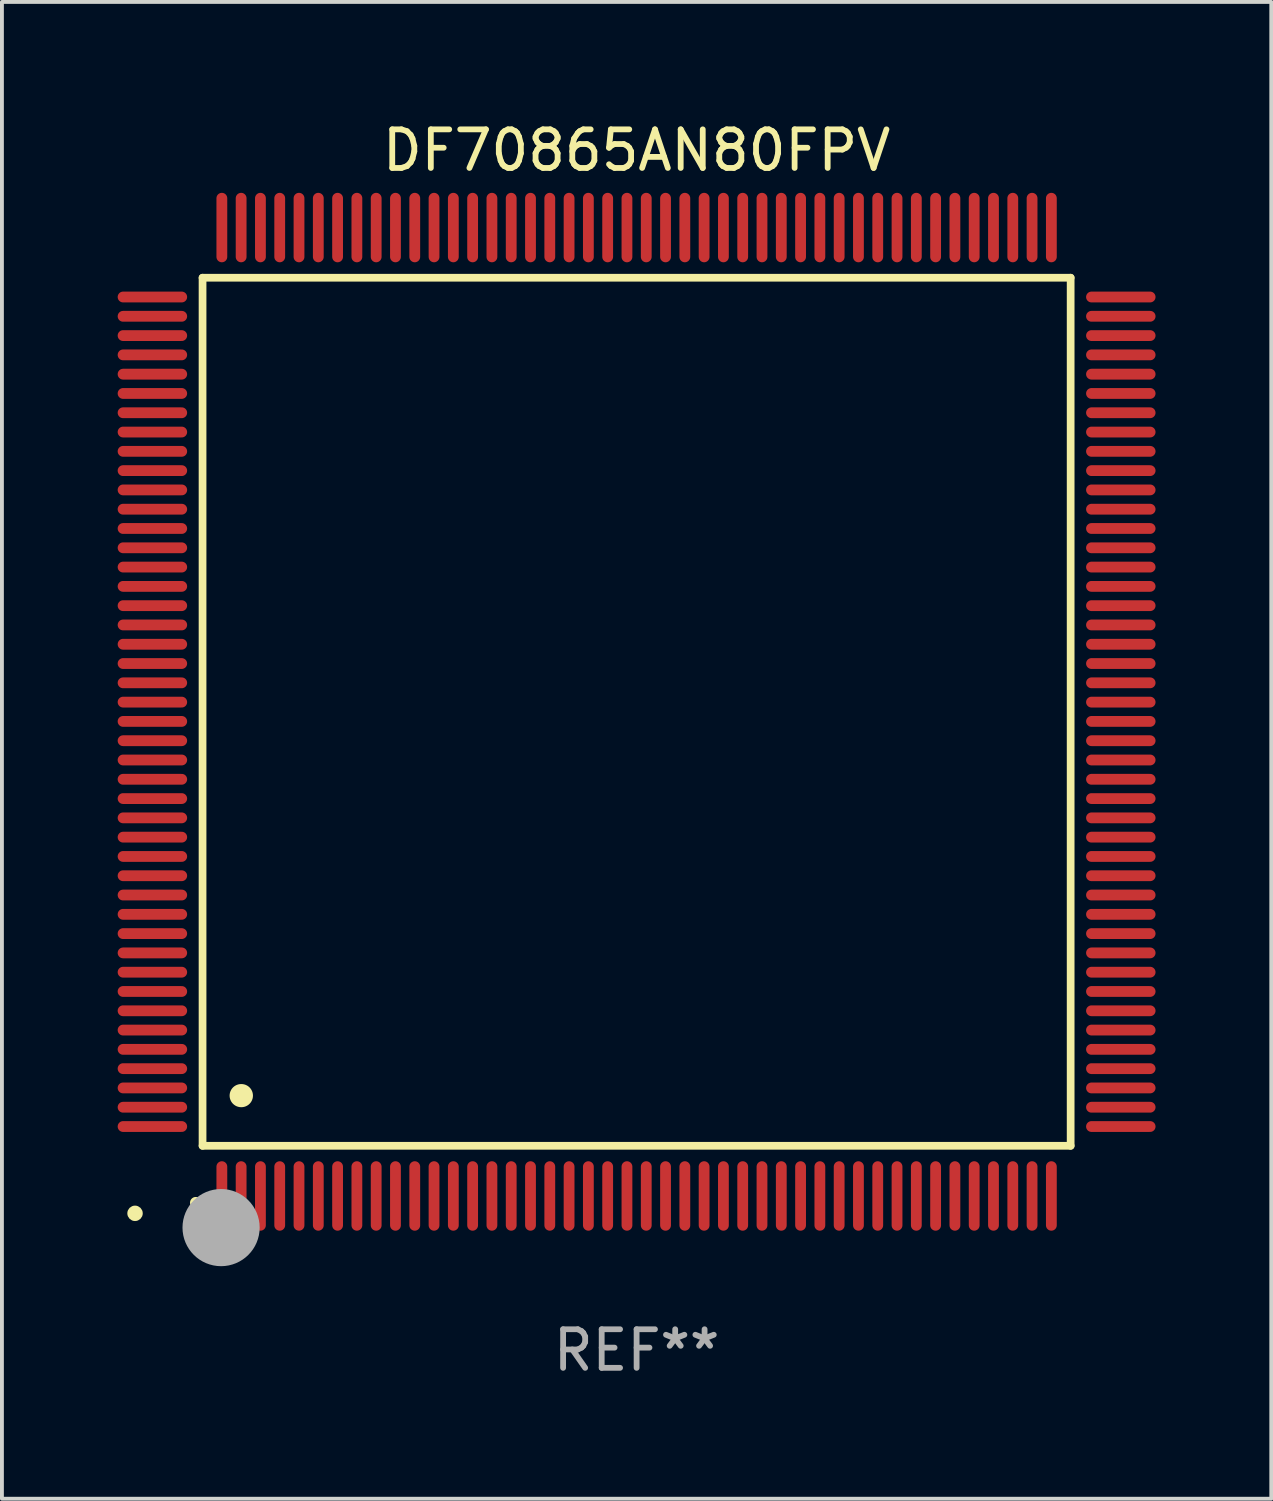
<source format=kicad_pcb>
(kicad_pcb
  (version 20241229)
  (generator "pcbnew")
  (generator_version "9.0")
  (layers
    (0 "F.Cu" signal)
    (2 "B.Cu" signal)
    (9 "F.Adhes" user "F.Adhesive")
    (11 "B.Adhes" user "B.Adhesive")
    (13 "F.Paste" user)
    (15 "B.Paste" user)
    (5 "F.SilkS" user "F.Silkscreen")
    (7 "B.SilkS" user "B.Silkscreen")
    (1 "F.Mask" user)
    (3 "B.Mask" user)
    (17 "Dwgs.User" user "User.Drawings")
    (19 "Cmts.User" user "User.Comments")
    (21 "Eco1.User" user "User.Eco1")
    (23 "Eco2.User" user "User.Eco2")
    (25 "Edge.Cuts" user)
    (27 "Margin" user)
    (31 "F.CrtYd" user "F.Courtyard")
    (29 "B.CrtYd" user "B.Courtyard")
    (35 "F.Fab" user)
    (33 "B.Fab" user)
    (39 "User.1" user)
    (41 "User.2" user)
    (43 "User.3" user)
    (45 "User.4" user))
  (footprint "DF70865AN80FPV"
    (layer "F.Cu")
    (at 13.45 15.398)
    (property "Reference" "DF70865AN80FPV" (at 0 -14.55 0) (layer "F.SilkS") (effects (font (size 1 1) (thickness 0.15))))
    (attr through_hole)
    (fp_line (start -11.25 -11.25) (end 11.25 -11.25) (stroke (width 0.2) (type solid)) (layer "F.SilkS"))
    (fp_line (start -11.25 11.25) (end -11.25 -11.25) (stroke (width 0.2) (type solid)) (layer "F.SilkS"))
    (fp_line (start 11.25 -11.25) (end 11.25 11.25) (stroke (width 0.2) (type solid)) (layer "F.SilkS"))
    (fp_line (start 11.25 11.25) (end -11.25 11.25) (stroke (width 0.2) (type solid)) (layer "F.SilkS"))
    (fp_arc (start -11.424943 12.725425) (mid -11.423673 12.72542) (end -11.422403 12.725425) (stroke (width 0.3) (type solid)) (layer "F.SilkS"))
    (fp_arc (start -10.24892 9.9492) (mid -10.24638 9.949189) (end -10.24384 9.9492) (stroke (width 0.6) (type solid)) (layer "F.SilkS"))
    (fp_circle (center -13 13) (end -12.9 13) (stroke (width 0.2) (type solid)) (fill no) (layer "F.SilkS"))
    (fp_circle (center -10.77 13.37) (end -10.27 13.37) (stroke (width 1) (type solid)) (fill no) (layer "F.Fab"))
    (fp_text user "REF**" (at 0 16.55 0) (layer "F.Fab") (effects (font (size 1 1) (thickness 0.15))))
    (pad "1" smd oval (at -10.75 12.55) (size 0.28 1.8) (layers "F.Cu" "F.Mask" "F.Paste"))
    (pad "2" smd oval (at -10.25 12.55) (size 0.28 1.8) (layers "F.Cu" "F.Mask" "F.Paste"))
    (pad "3" smd oval (at -9.75 12.55) (size 0.28 1.8) (layers "F.Cu" "F.Mask" "F.Paste"))
    (pad "4" smd oval (at -9.25 12.55) (size 0.28 1.8) (layers "F.Cu" "F.Mask" "F.Paste"))
    (pad "5" smd oval (at -8.75 12.55) (size 0.28 1.8) (layers "F.Cu" "F.Mask" "F.Paste"))
    (pad "6" smd oval (at -8.25 12.55) (size 0.28 1.8) (layers "F.Cu" "F.Mask" "F.Paste"))
    (pad "7" smd oval (at -7.75 12.55) (size 0.28 1.8) (layers "F.Cu" "F.Mask" "F.Paste"))
    (pad "8" smd oval (at -7.25 12.55) (size 0.28 1.8) (layers "F.Cu" "F.Mask" "F.Paste"))
    (pad "9" smd oval (at -6.75 12.55) (size 0.28 1.8) (layers "F.Cu" "F.Mask" "F.Paste"))
    (pad "10" smd oval (at -6.25 12.55) (size 0.28 1.8) (layers "F.Cu" "F.Mask" "F.Paste"))
    (pad "11" smd oval (at -5.75 12.55) (size 0.28 1.8) (layers "F.Cu" "F.Mask" "F.Paste"))
    (pad "12" smd oval (at -5.25 12.55) (size 0.28 1.8) (layers "F.Cu" "F.Mask" "F.Paste"))
    (pad "13" smd oval (at -4.75 12.55) (size 0.28 1.8) (layers "F.Cu" "F.Mask" "F.Paste"))
    (pad "14" smd oval (at -4.25 12.55) (size 0.28 1.8) (layers "F.Cu" "F.Mask" "F.Paste"))
    (pad "15" smd oval (at -3.75 12.55) (size 0.28 1.8) (layers "F.Cu" "F.Mask" "F.Paste"))
    (pad "16" smd oval (at -3.25 12.55) (size 0.28 1.8) (layers "F.Cu" "F.Mask" "F.Paste"))
    (pad "17" smd oval (at -2.75 12.55) (size 0.28 1.8) (layers "F.Cu" "F.Mask" "F.Paste"))
    (pad "18" smd oval (at -2.25 12.55) (size 0.28 1.8) (layers "F.Cu" "F.Mask" "F.Paste"))
    (pad "19" smd oval (at -1.75 12.55) (size 0.28 1.8) (layers "F.Cu" "F.Mask" "F.Paste"))
    (pad "20" smd oval (at -1.25 12.55) (size 0.28 1.8) (layers "F.Cu" "F.Mask" "F.Paste"))
    (pad "21" smd oval (at -0.75 12.55) (size 0.28 1.8) (layers "F.Cu" "F.Mask" "F.Paste"))
    (pad "22" smd oval (at -0.25 12.55) (size 0.28 1.8) (layers "F.Cu" "F.Mask" "F.Paste"))
    (pad "23" smd oval (at 0.25 12.55) (size 0.28 1.8) (layers "F.Cu" "F.Mask" "F.Paste"))
    (pad "24" smd oval (at 0.75 12.55) (size 0.28 1.8) (layers "F.Cu" "F.Mask" "F.Paste"))
    (pad "25" smd oval (at 1.25 12.55) (size 0.28 1.8) (layers "F.Cu" "F.Mask" "F.Paste"))
    (pad "26" smd oval (at 1.75 12.55) (size 0.28 1.8) (layers "F.Cu" "F.Mask" "F.Paste"))
    (pad "27" smd oval (at 2.25 12.55) (size 0.28 1.8) (layers "F.Cu" "F.Mask" "F.Paste"))
    (pad "28" smd oval (at 2.75 12.55) (size 0.28 1.8) (layers "F.Cu" "F.Mask" "F.Paste"))
    (pad "29" smd oval (at 3.25 12.55) (size 0.28 1.8) (layers "F.Cu" "F.Mask" "F.Paste"))
    (pad "30" smd oval (at 3.75 12.55) (size 0.28 1.8) (layers "F.Cu" "F.Mask" "F.Paste"))
    (pad "31" smd oval (at 4.25 12.55) (size 0.28 1.8) (layers "F.Cu" "F.Mask" "F.Paste"))
    (pad "32" smd oval (at 4.75 12.55) (size 0.28 1.8) (layers "F.Cu" "F.Mask" "F.Paste"))
    (pad "33" smd oval (at 5.25 12.55) (size 0.28 1.8) (layers "F.Cu" "F.Mask" "F.Paste"))
    (pad "34" smd oval (at 5.75 12.55) (size 0.28 1.8) (layers "F.Cu" "F.Mask" "F.Paste"))
    (pad "35" smd oval (at 6.25 12.55) (size 0.28 1.8) (layers "F.Cu" "F.Mask" "F.Paste"))
    (pad "36" smd oval (at 6.75 12.55) (size 0.28 1.8) (layers "F.Cu" "F.Mask" "F.Paste"))
    (pad "37" smd oval (at 7.25 12.55) (size 0.28 1.8) (layers "F.Cu" "F.Mask" "F.Paste"))
    (pad "38" smd oval (at 7.75 12.55) (size 0.28 1.8) (layers "F.Cu" "F.Mask" "F.Paste"))
    (pad "39" smd oval (at 8.25 12.55) (size 0.28 1.8) (layers "F.Cu" "F.Mask" "F.Paste"))
    (pad "40" smd oval (at 8.75 12.55) (size 0.28 1.8) (layers "F.Cu" "F.Mask" "F.Paste"))
    (pad "41" smd oval (at 9.25 12.55) (size 0.28 1.8) (layers "F.Cu" "F.Mask" "F.Paste"))
    (pad "42" smd oval (at 9.75 12.55) (size 0.28 1.8) (layers "F.Cu" "F.Mask" "F.Paste"))
    (pad "43" smd oval (at 10.25 12.55) (size 0.28 1.8) (layers "F.Cu" "F.Mask" "F.Paste"))
    (pad "44" smd oval (at 10.75 12.55) (size 0.28 1.8) (layers "F.Cu" "F.Mask" "F.Paste"))
    (pad "45" smd oval (at 12.55 10.75) (size 1.8 0.28) (layers "F.Cu" "F.Mask" "F.Paste"))
    (pad "46" smd oval (at 12.55 10.25) (size 1.8 0.28) (layers "F.Cu" "F.Mask" "F.Paste"))
    (pad "47" smd oval (at 12.55 9.75) (size 1.8 0.28) (layers "F.Cu" "F.Mask" "F.Paste"))
    (pad "48" smd oval (at 12.55 9.25) (size 1.8 0.28) (layers "F.Cu" "F.Mask" "F.Paste"))
    (pad "49" smd oval (at 12.55 8.75) (size 1.8 0.28) (layers "F.Cu" "F.Mask" "F.Paste"))
    (pad "50" smd oval (at 12.55 8.25) (size 1.8 0.28) (layers "F.Cu" "F.Mask" "F.Paste"))
    (pad "51" smd oval (at 12.55 7.75) (size 1.8 0.28) (layers "F.Cu" "F.Mask" "F.Paste"))
    (pad "52" smd oval (at 12.55 7.25) (size 1.8 0.28) (layers "F.Cu" "F.Mask" "F.Paste"))
    (pad "53" smd oval (at 12.55 6.75) (size 1.8 0.28) (layers "F.Cu" "F.Mask" "F.Paste"))
    (pad "54" smd oval (at 12.55 6.25) (size 1.8 0.28) (layers "F.Cu" "F.Mask" "F.Paste"))
    (pad "55" smd oval (at 12.55 5.75) (size 1.8 0.28) (layers "F.Cu" "F.Mask" "F.Paste"))
    (pad "56" smd oval (at 12.55 5.25) (size 1.8 0.28) (layers "F.Cu" "F.Mask" "F.Paste"))
    (pad "57" smd oval (at 12.55 4.75) (size 1.8 0.28) (layers "F.Cu" "F.Mask" "F.Paste"))
    (pad "58" smd oval (at 12.55 4.25) (size 1.8 0.28) (layers "F.Cu" "F.Mask" "F.Paste"))
    (pad "59" smd oval (at 12.55 3.75) (size 1.8 0.28) (layers "F.Cu" "F.Mask" "F.Paste"))
    (pad "60" smd oval (at 12.55 3.25) (size 1.8 0.28) (layers "F.Cu" "F.Mask" "F.Paste"))
    (pad "61" smd oval (at 12.55 2.75) (size 1.8 0.28) (layers "F.Cu" "F.Mask" "F.Paste"))
    (pad "62" smd oval (at 12.55 2.25) (size 1.8 0.28) (layers "F.Cu" "F.Mask" "F.Paste"))
    (pad "63" smd oval (at 12.55 1.75) (size 1.8 0.28) (layers "F.Cu" "F.Mask" "F.Paste"))
    (pad "64" smd oval (at 12.55 1.25) (size 1.8 0.28) (layers "F.Cu" "F.Mask" "F.Paste"))
    (pad "65" smd oval (at 12.55 0.75) (size 1.8 0.28) (layers "F.Cu" "F.Mask" "F.Paste"))
    (pad "66" smd oval (at 12.55 0.25) (size 1.8 0.28) (layers "F.Cu" "F.Mask" "F.Paste"))
    (pad "67" smd oval (at 12.55 -0.25) (size 1.8 0.28) (layers "F.Cu" "F.Mask" "F.Paste"))
    (pad "68" smd oval (at 12.55 -0.75) (size 1.8 0.28) (layers "F.Cu" "F.Mask" "F.Paste"))
    (pad "69" smd oval (at 12.55 -1.25) (size 1.8 0.28) (layers "F.Cu" "F.Mask" "F.Paste"))
    (pad "70" smd oval (at 12.55 -1.75) (size 1.8 0.28) (layers "F.Cu" "F.Mask" "F.Paste"))
    (pad "71" smd oval (at 12.55 -2.25) (size 1.8 0.28) (layers "F.Cu" "F.Mask" "F.Paste"))
    (pad "72" smd oval (at 12.55 -2.75) (size 1.8 0.28) (layers "F.Cu" "F.Mask" "F.Paste"))
    (pad "73" smd oval (at 12.55 -3.25) (size 1.8 0.28) (layers "F.Cu" "F.Mask" "F.Paste"))
    (pad "74" smd oval (at 12.55 -3.75) (size 1.8 0.28) (layers "F.Cu" "F.Mask" "F.Paste"))
    (pad "75" smd oval (at 12.55 -4.25) (size 1.8 0.28) (layers "F.Cu" "F.Mask" "F.Paste"))
    (pad "76" smd oval (at 12.55 -4.75) (size 1.8 0.28) (layers "F.Cu" "F.Mask" "F.Paste"))
    (pad "77" smd oval (at 12.55 -5.25) (size 1.8 0.28) (layers "F.Cu" "F.Mask" "F.Paste"))
    (pad "78" smd oval (at 12.55 -5.75) (size 1.8 0.28) (layers "F.Cu" "F.Mask" "F.Paste"))
    (pad "79" smd oval (at 12.55 -6.25) (size 1.8 0.28) (layers "F.Cu" "F.Mask" "F.Paste"))
    (pad "80" smd oval (at 12.55 -6.75) (size 1.8 0.28) (layers "F.Cu" "F.Mask" "F.Paste"))
    (pad "81" smd oval (at 12.55 -7.25) (size 1.8 0.28) (layers "F.Cu" "F.Mask" "F.Paste"))
    (pad "82" smd oval (at 12.55 -7.75) (size 1.8 0.28) (layers "F.Cu" "F.Mask" "F.Paste"))
    (pad "83" smd oval (at 12.55 -8.25) (size 1.8 0.28) (layers "F.Cu" "F.Mask" "F.Paste"))
    (pad "84" smd oval (at 12.55 -8.75) (size 1.8 0.28) (layers "F.Cu" "F.Mask" "F.Paste"))
    (pad "85" smd oval (at 12.55 -9.25) (size 1.8 0.28) (layers "F.Cu" "F.Mask" "F.Paste"))
    (pad "86" smd oval (at 12.55 -9.75) (size 1.8 0.28) (layers "F.Cu" "F.Mask" "F.Paste"))
    (pad "87" smd oval (at 12.55 -10.25) (size 1.8 0.28) (layers "F.Cu" "F.Mask" "F.Paste"))
    (pad "88" smd oval (at 12.55 -10.75) (size 1.8 0.28) (layers "F.Cu" "F.Mask" "F.Paste"))
    (pad "89" smd oval (at 10.75 -12.55) (size 0.28 1.8) (layers "F.Cu" "F.Mask" "F.Paste"))
    (pad "90" smd oval (at 10.25 -12.55) (size 0.28 1.8) (layers "F.Cu" "F.Mask" "F.Paste"))
    (pad "91" smd oval (at 9.75 -12.55) (size 0.28 1.8) (layers "F.Cu" "F.Mask" "F.Paste"))
    (pad "92" smd oval (at 9.25 -12.55) (size 0.28 1.8) (layers "F.Cu" "F.Mask" "F.Paste"))
    (pad "93" smd oval (at 8.75 -12.55) (size 0.28 1.8) (layers "F.Cu" "F.Mask" "F.Paste"))
    (pad "94" smd oval (at 8.25 -12.55) (size 0.28 1.8) (layers "F.Cu" "F.Mask" "F.Paste"))
    (pad "95" smd oval (at 7.75 -12.55) (size 0.28 1.8) (layers "F.Cu" "F.Mask" "F.Paste"))
    (pad "96" smd oval (at 7.25 -12.55) (size 0.28 1.8) (layers "F.Cu" "F.Mask" "F.Paste"))
    (pad "97" smd oval (at 6.75 -12.55) (size 0.28 1.8) (layers "F.Cu" "F.Mask" "F.Paste"))
    (pad "98" smd oval (at 6.25 -12.55) (size 0.28 1.8) (layers "F.Cu" "F.Mask" "F.Paste"))
    (pad "99" smd oval (at 5.75 -12.55) (size 0.28 1.8) (layers "F.Cu" "F.Mask" "F.Paste"))
    (pad "100" smd oval (at 5.25 -12.55) (size 0.28 1.8) (layers "F.Cu" "F.Mask" "F.Paste"))
    (pad "101" smd oval (at 4.75 -12.55) (size 0.28 1.8) (layers "F.Cu" "F.Mask" "F.Paste"))
    (pad "102" smd oval (at 4.25 -12.55) (size 0.28 1.8) (layers "F.Cu" "F.Mask" "F.Paste"))
    (pad "103" smd oval (at 3.75 -12.55) (size 0.28 1.8) (layers "F.Cu" "F.Mask" "F.Paste"))
    (pad "104" smd oval (at 3.25 -12.55) (size 0.28 1.8) (layers "F.Cu" "F.Mask" "F.Paste"))
    (pad "105" smd oval (at 2.75 -12.55) (size 0.28 1.8) (layers "F.Cu" "F.Mask" "F.Paste"))
    (pad "106" smd oval (at 2.25 -12.55) (size 0.28 1.8) (layers "F.Cu" "F.Mask" "F.Paste"))
    (pad "107" smd oval (at 1.75 -12.55) (size 0.28 1.8) (layers "F.Cu" "F.Mask" "F.Paste"))
    (pad "108" smd oval (at 1.25 -12.55) (size 0.28 1.8) (layers "F.Cu" "F.Mask" "F.Paste"))
    (pad "109" smd oval (at 0.75 -12.55) (size 0.28 1.8) (layers "F.Cu" "F.Mask" "F.Paste"))
    (pad "110" smd oval (at 0.25 -12.55) (size 0.28 1.8) (layers "F.Cu" "F.Mask" "F.Paste"))
    (pad "111" smd oval (at -0.25 -12.55) (size 0.28 1.8) (layers "F.Cu" "F.Mask" "F.Paste"))
    (pad "112" smd oval (at -0.75 -12.55) (size 0.28 1.8) (layers "F.Cu" "F.Mask" "F.Paste"))
    (pad "113" smd oval (at -1.25 -12.55) (size 0.28 1.8) (layers "F.Cu" "F.Mask" "F.Paste"))
    (pad "114" smd oval (at -1.75 -12.55) (size 0.28 1.8) (layers "F.Cu" "F.Mask" "F.Paste"))
    (pad "115" smd oval (at -2.25 -12.55) (size 0.28 1.8) (layers "F.Cu" "F.Mask" "F.Paste"))
    (pad "116" smd oval (at -2.75 -12.55) (size 0.28 1.8) (layers "F.Cu" "F.Mask" "F.Paste"))
    (pad "117" smd oval (at -3.25 -12.55) (size 0.28 1.8) (layers "F.Cu" "F.Mask" "F.Paste"))
    (pad "118" smd oval (at -3.75 -12.55) (size 0.28 1.8) (layers "F.Cu" "F.Mask" "F.Paste"))
    (pad "119" smd oval (at -4.25 -12.55) (size 0.28 1.8) (layers "F.Cu" "F.Mask" "F.Paste"))
    (pad "120" smd oval (at -4.75 -12.55) (size 0.28 1.8) (layers "F.Cu" "F.Mask" "F.Paste"))
    (pad "121" smd oval (at -5.25 -12.55) (size 0.28 1.8) (layers "F.Cu" "F.Mask" "F.Paste"))
    (pad "122" smd oval (at -5.75 -12.55) (size 0.28 1.8) (layers "F.Cu" "F.Mask" "F.Paste"))
    (pad "123" smd oval (at -6.25 -12.55) (size 0.28 1.8) (layers "F.Cu" "F.Mask" "F.Paste"))
    (pad "124" smd oval (at -6.75 -12.55) (size 0.28 1.8) (layers "F.Cu" "F.Mask" "F.Paste"))
    (pad "125" smd oval (at -7.25 -12.55) (size 0.28 1.8) (layers "F.Cu" "F.Mask" "F.Paste"))
    (pad "126" smd oval (at -7.75 -12.55) (size 0.28 1.8) (layers "F.Cu" "F.Mask" "F.Paste"))
    (pad "127" smd oval (at -8.25 -12.55) (size 0.28 1.8) (layers "F.Cu" "F.Mask" "F.Paste"))
    (pad "128" smd oval (at -8.75 -12.55) (size 0.28 1.8) (layers "F.Cu" "F.Mask" "F.Paste"))
    (pad "129" smd oval (at -9.25 -12.55) (size 0.28 1.8) (layers "F.Cu" "F.Mask" "F.Paste"))
    (pad "130" smd oval (at -9.75 -12.55) (size 0.28 1.8) (layers "F.Cu" "F.Mask" "F.Paste"))
    (pad "131" smd oval (at -10.25 -12.55) (size 0.28 1.8) (layers "F.Cu" "F.Mask" "F.Paste"))
    (pad "132" smd oval (at -10.75 -12.55) (size 0.28 1.8) (layers "F.Cu" "F.Mask" "F.Paste"))
    (pad "133" smd oval (at -12.55 -10.75) (size 1.8 0.28) (layers "F.Cu" "F.Mask" "F.Paste"))
    (pad "134" smd oval (at -12.55 -10.25) (size 1.8 0.28) (layers "F.Cu" "F.Mask" "F.Paste"))
    (pad "135" smd oval (at -12.55 -9.75) (size 1.8 0.28) (layers "F.Cu" "F.Mask" "F.Paste"))
    (pad "136" smd oval (at -12.55 -9.25) (size 1.8 0.28) (layers "F.Cu" "F.Mask" "F.Paste"))
    (pad "137" smd oval (at -12.55 -8.75) (size 1.8 0.28) (layers "F.Cu" "F.Mask" "F.Paste"))
    (pad "138" smd oval (at -12.55 -8.25) (size 1.8 0.28) (layers "F.Cu" "F.Mask" "F.Paste"))
    (pad "139" smd oval (at -12.55 -7.75) (size 1.8 0.28) (layers "F.Cu" "F.Mask" "F.Paste"))
    (pad "140" smd oval (at -12.55 -7.25) (size 1.8 0.28) (layers "F.Cu" "F.Mask" "F.Paste"))
    (pad "141" smd oval (at -12.55 -6.75) (size 1.8 0.28) (layers "F.Cu" "F.Mask" "F.Paste"))
    (pad "142" smd oval (at -12.55 -6.25) (size 1.8 0.28) (layers "F.Cu" "F.Mask" "F.Paste"))
    (pad "143" smd oval (at -12.55 -5.75) (size 1.8 0.28) (layers "F.Cu" "F.Mask" "F.Paste"))
    (pad "144" smd oval (at -12.55 -5.25) (size 1.8 0.28) (layers "F.Cu" "F.Mask" "F.Paste"))
    (pad "145" smd oval (at -12.55 -4.75) (size 1.8 0.28) (layers "F.Cu" "F.Mask" "F.Paste"))
    (pad "146" smd oval (at -12.55 -4.25) (size 1.8 0.28) (layers "F.Cu" "F.Mask" "F.Paste"))
    (pad "147" smd oval (at -12.55 -3.75) (size 1.8 0.28) (layers "F.Cu" "F.Mask" "F.Paste"))
    (pad "148" smd oval (at -12.55 -3.25) (size 1.8 0.28) (layers "F.Cu" "F.Mask" "F.Paste"))
    (pad "149" smd oval (at -12.55 -2.75) (size 1.8 0.28) (layers "F.Cu" "F.Mask" "F.Paste"))
    (pad "150" smd oval (at -12.55 -2.25) (size 1.8 0.28) (layers "F.Cu" "F.Mask" "F.Paste"))
    (pad "151" smd oval (at -12.55 -1.75) (size 1.8 0.28) (layers "F.Cu" "F.Mask" "F.Paste"))
    (pad "152" smd oval (at -12.55 -1.25) (size 1.8 0.28) (layers "F.Cu" "F.Mask" "F.Paste"))
    (pad "153" smd oval (at -12.55 -0.75) (size 1.8 0.28) (layers "F.Cu" "F.Mask" "F.Paste"))
    (pad "154" smd oval (at -12.55 -0.25) (size 1.8 0.28) (layers "F.Cu" "F.Mask" "F.Paste"))
    (pad "155" smd oval (at -12.55 0.25) (size 1.8 0.28) (layers "F.Cu" "F.Mask" "F.Paste"))
    (pad "156" smd oval (at -12.55 0.75) (size 1.8 0.28) (layers "F.Cu" "F.Mask" "F.Paste"))
    (pad "157" smd oval (at -12.55 1.25) (size 1.8 0.28) (layers "F.Cu" "F.Mask" "F.Paste"))
    (pad "158" smd oval (at -12.55 1.75) (size 1.8 0.28) (layers "F.Cu" "F.Mask" "F.Paste"))
    (pad "159" smd oval (at -12.55 2.25) (size 1.8 0.28) (layers "F.Cu" "F.Mask" "F.Paste"))
    (pad "160" smd oval (at -12.55 2.75) (size 1.8 0.28) (layers "F.Cu" "F.Mask" "F.Paste"))
    (pad "161" smd oval (at -12.55 3.25) (size 1.8 0.28) (layers "F.Cu" "F.Mask" "F.Paste"))
    (pad "162" smd oval (at -12.55 3.75) (size 1.8 0.28) (layers "F.Cu" "F.Mask" "F.Paste"))
    (pad "163" smd oval (at -12.55 4.25) (size 1.8 0.28) (layers "F.Cu" "F.Mask" "F.Paste"))
    (pad "164" smd oval (at -12.55 4.75) (size 1.8 0.28) (layers "F.Cu" "F.Mask" "F.Paste"))
    (pad "165" smd oval (at -12.55 5.25) (size 1.8 0.28) (layers "F.Cu" "F.Mask" "F.Paste"))
    (pad "166" smd oval (at -12.55 5.75) (size 1.8 0.28) (layers "F.Cu" "F.Mask" "F.Paste"))
    (pad "167" smd oval (at -12.55 6.25) (size 1.8 0.28) (layers "F.Cu" "F.Mask" "F.Paste"))
    (pad "168" smd oval (at -12.55 6.75) (size 1.8 0.28) (layers "F.Cu" "F.Mask" "F.Paste"))
    (pad "169" smd oval (at -12.55 7.25) (size 1.8 0.28) (layers "F.Cu" "F.Mask" "F.Paste"))
    (pad "170" smd oval (at -12.55 7.75) (size 1.8 0.28) (layers "F.Cu" "F.Mask" "F.Paste"))
    (pad "171" smd oval (at -12.55 8.25) (size 1.8 0.28) (layers "F.Cu" "F.Mask" "F.Paste"))
    (pad "172" smd oval (at -12.55 8.75) (size 1.8 0.28) (layers "F.Cu" "F.Mask" "F.Paste"))
    (pad "173" smd oval (at -12.55 9.25) (size 1.8 0.28) (layers "F.Cu" "F.Mask" "F.Paste"))
    (pad "174" smd oval (at -12.55 9.75) (size 1.8 0.28) (layers "F.Cu" "F.Mask" "F.Paste"))
    (pad "175" smd oval (at -12.55 10.25) (size 1.8 0.28) (layers "F.Cu" "F.Mask" "F.Paste"))
    (pad "176" smd oval (at -12.55 10.75) (size 1.8 0.28) (layers "F.Cu" "F.Mask" "F.Paste")))
  (gr_rect
    (start -3 -3)
    (end 29.9 35.796)
    (stroke (width 0.1) (type default))
    (fill no)
    (layer "Edge.Cuts")))
</source>
